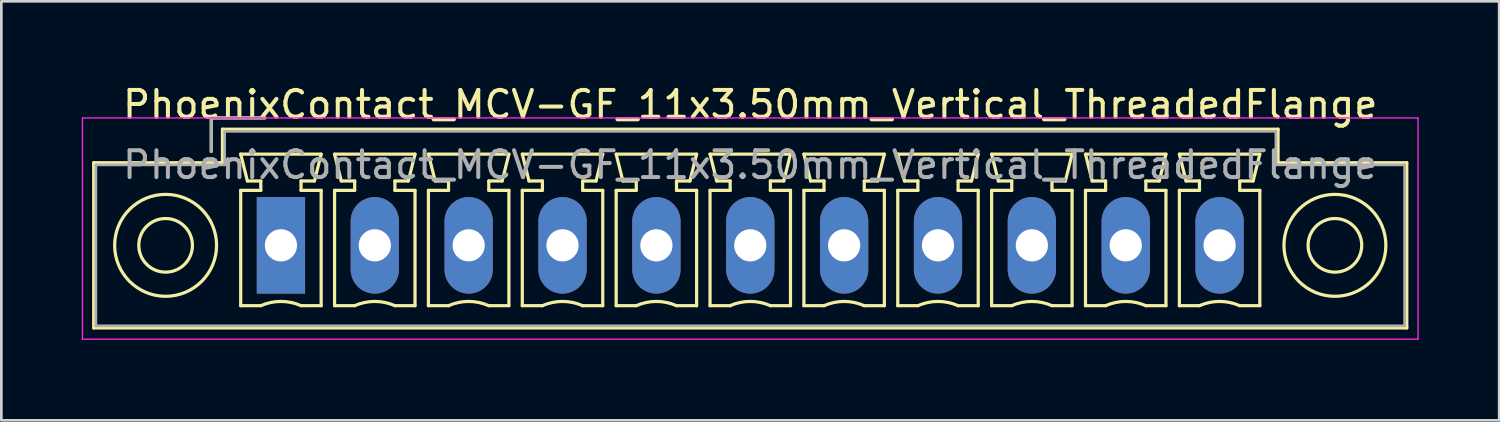
<source format=kicad_pcb>
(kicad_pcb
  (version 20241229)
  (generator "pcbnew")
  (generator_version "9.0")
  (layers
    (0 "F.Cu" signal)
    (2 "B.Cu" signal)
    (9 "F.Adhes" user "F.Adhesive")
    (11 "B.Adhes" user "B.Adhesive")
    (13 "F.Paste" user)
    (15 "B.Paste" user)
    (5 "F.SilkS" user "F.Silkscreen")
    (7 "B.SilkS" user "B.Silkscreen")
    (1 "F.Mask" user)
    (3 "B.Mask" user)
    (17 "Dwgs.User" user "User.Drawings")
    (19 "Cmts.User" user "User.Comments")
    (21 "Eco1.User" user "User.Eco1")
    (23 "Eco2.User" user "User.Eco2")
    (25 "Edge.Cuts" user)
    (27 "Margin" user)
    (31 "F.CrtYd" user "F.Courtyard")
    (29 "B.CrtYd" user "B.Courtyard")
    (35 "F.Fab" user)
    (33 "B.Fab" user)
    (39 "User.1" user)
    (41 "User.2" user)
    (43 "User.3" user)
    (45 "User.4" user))
  (footprint "PhoenixContact_MCV-GF_11x3.50mm_Vertical_ThreadedFlange"
    (layer "F.Cu")
    (at 7.425 6.098)
    (property "Reference" "PhoenixContact_MCV-GF_11x3.50mm_Vertical_ThreadedFlange" (at 17.5 -5.25 0) (layer "F.SilkS") (effects (font (size 1 1) (thickness 0.15))))
    (attr through_hole)
    (fp_line (start -6.98 -3.08) (end -6.98 3.08) (stroke (width 0.12) (type solid)) (layer "F.SilkS"))
    (fp_line (start -6.98 3.08) (end 41.98 3.08) (stroke (width 0.12) (type solid)) (layer "F.SilkS"))
    (fp_line (start -2.6 -4.75) (end -0.6 -4.75) (stroke (width 0.12) (type solid)) (layer "F.SilkS"))
    (fp_line (start -2.6 -3.5) (end -2.6 -4.75) (stroke (width 0.12) (type solid)) (layer "F.SilkS"))
    (fp_line (start -2.18 -4.33) (end -2.18 -3.08) (stroke (width 0.12) (type solid)) (layer "F.SilkS"))
    (fp_line (start -2.18 -3.08) (end -6.98 -3.08) (stroke (width 0.12) (type solid)) (layer "F.SilkS"))
    (fp_line (start -1.5 -3.4) (end 1.5 -3.4) (stroke (width 0.12) (type solid)) (layer "F.SilkS"))
    (fp_line (start -1.5 -2.05) (end -0.75 -2.05) (stroke (width 0.12) (type solid)) (layer "F.SilkS"))
    (fp_line (start -1.5 2.25) (end -1.5 -2.05) (stroke (width 0.12) (type solid)) (layer "F.SilkS"))
    (fp_line (start -1.25 -2.4) (end -1.5 -3.4) (stroke (width 0.12) (type solid)) (layer "F.SilkS"))
    (fp_line (start -0.75 -2.4) (end -1.25 -2.4) (stroke (width 0.12) (type solid)) (layer "F.SilkS"))
    (fp_line (start -0.75 -2.05) (end -0.75 -2.4) (stroke (width 0.12) (type solid)) (layer "F.SilkS"))
    (fp_line (start -0.75 2.25) (end -1.5 2.25) (stroke (width 0.12) (type solid)) (layer "F.SilkS"))
    (fp_line (start 0.75 -2.4) (end 0.75 -2.05) (stroke (width 0.12) (type solid)) (layer "F.SilkS"))
    (fp_line (start 0.75 -2.05) (end 1.5 -2.05) (stroke (width 0.12) (type solid)) (layer "F.SilkS"))
    (fp_line (start 1.25 -2.4) (end 0.75 -2.4) (stroke (width 0.12) (type solid)) (layer "F.SilkS"))
    (fp_line (start 1.5 -3.4) (end 1.25 -2.4) (stroke (width 0.12) (type solid)) (layer "F.SilkS"))
    (fp_line (start 1.5 -2.05) (end 1.5 2.25) (stroke (width 0.12) (type solid)) (layer "F.SilkS"))
    (fp_line (start 1.5 2.25) (end 0.75 2.25) (stroke (width 0.12) (type solid)) (layer "F.SilkS"))
    (fp_line (start 2 -3.4) (end 5 -3.4) (stroke (width 0.12) (type solid)) (layer "F.SilkS"))
    (fp_line (start 2 -2.05) (end 2.75 -2.05) (stroke (width 0.12) (type solid)) (layer "F.SilkS"))
    (fp_line (start 2 2.25) (end 2 -2.05) (stroke (width 0.12) (type solid)) (layer "F.SilkS"))
    (fp_line (start 2.25 -2.4) (end 2 -3.4) (stroke (width 0.12) (type solid)) (layer "F.SilkS"))
    (fp_line (start 2.75 -2.4) (end 2.25 -2.4) (stroke (width 0.12) (type solid)) (layer "F.SilkS"))
    (fp_line (start 2.75 -2.05) (end 2.75 -2.4) (stroke (width 0.12) (type solid)) (layer "F.SilkS"))
    (fp_line (start 2.75 2.25) (end 2 2.25) (stroke (width 0.12) (type solid)) (layer "F.SilkS"))
    (fp_line (start 4.25 -2.4) (end 4.25 -2.05) (stroke (width 0.12) (type solid)) (layer "F.SilkS"))
    (fp_line (start 4.25 -2.05) (end 5 -2.05) (stroke (width 0.12) (type solid)) (layer "F.SilkS"))
    (fp_line (start 4.75 -2.4) (end 4.25 -2.4) (stroke (width 0.12) (type solid)) (layer "F.SilkS"))
    (fp_line (start 5 -3.4) (end 4.75 -2.4) (stroke (width 0.12) (type solid)) (layer "F.SilkS"))
    (fp_line (start 5 -2.05) (end 5 2.25) (stroke (width 0.12) (type solid)) (layer "F.SilkS"))
    (fp_line (start 5 2.25) (end 4.25 2.25) (stroke (width 0.12) (type solid)) (layer "F.SilkS"))
    (fp_line (start 5.5 -3.4) (end 8.5 -3.4) (stroke (width 0.12) (type solid)) (layer "F.SilkS"))
    (fp_line (start 5.5 -2.05) (end 6.25 -2.05) (stroke (width 0.12) (type solid)) (layer "F.SilkS"))
    (fp_line (start 5.5 2.25) (end 5.5 -2.05) (stroke (width 0.12) (type solid)) (layer "F.SilkS"))
    (fp_line (start 5.75 -2.4) (end 5.5 -3.4) (stroke (width 0.12) (type solid)) (layer "F.SilkS"))
    (fp_line (start 6.25 -2.4) (end 5.75 -2.4) (stroke (width 0.12) (type solid)) (layer "F.SilkS"))
    (fp_line (start 6.25 -2.05) (end 6.25 -2.4) (stroke (width 0.12) (type solid)) (layer "F.SilkS"))
    (fp_line (start 6.25 2.25) (end 5.5 2.25) (stroke (width 0.12) (type solid)) (layer "F.SilkS"))
    (fp_line (start 7.75 -2.4) (end 7.75 -2.05) (stroke (width 0.12) (type solid)) (layer "F.SilkS"))
    (fp_line (start 7.75 -2.05) (end 8.5 -2.05) (stroke (width 0.12) (type solid)) (layer "F.SilkS"))
    (fp_line (start 8.25 -2.4) (end 7.75 -2.4) (stroke (width 0.12) (type solid)) (layer "F.SilkS"))
    (fp_line (start 8.5 -3.4) (end 8.25 -2.4) (stroke (width 0.12) (type solid)) (layer "F.SilkS"))
    (fp_line (start 8.5 -2.05) (end 8.5 2.25) (stroke (width 0.12) (type solid)) (layer "F.SilkS"))
    (fp_line (start 8.5 2.25) (end 7.75 2.25) (stroke (width 0.12) (type solid)) (layer "F.SilkS"))
    (fp_line (start 9 -3.4) (end 12 -3.4) (stroke (width 0.12) (type solid)) (layer "F.SilkS"))
    (fp_line (start 9 -2.05) (end 9.75 -2.05) (stroke (width 0.12) (type solid)) (layer "F.SilkS"))
    (fp_line (start 9 2.25) (end 9 -2.05) (stroke (width 0.12) (type solid)) (layer "F.SilkS"))
    (fp_line (start 9.25 -2.4) (end 9 -3.4) (stroke (width 0.12) (type solid)) (layer "F.SilkS"))
    (fp_line (start 9.75 -2.4) (end 9.25 -2.4) (stroke (width 0.12) (type solid)) (layer "F.SilkS"))
    (fp_line (start 9.75 -2.05) (end 9.75 -2.4) (stroke (width 0.12) (type solid)) (layer "F.SilkS"))
    (fp_line (start 9.75 2.25) (end 9 2.25) (stroke (width 0.12) (type solid)) (layer "F.SilkS"))
    (fp_line (start 11.25 -2.4) (end 11.25 -2.05) (stroke (width 0.12) (type solid)) (layer "F.SilkS"))
    (fp_line (start 11.25 -2.05) (end 12 -2.05) (stroke (width 0.12) (type solid)) (layer "F.SilkS"))
    (fp_line (start 11.75 -2.4) (end 11.25 -2.4) (stroke (width 0.12) (type solid)) (layer "F.SilkS"))
    (fp_line (start 12 -3.4) (end 11.75 -2.4) (stroke (width 0.12) (type solid)) (layer "F.SilkS"))
    (fp_line (start 12 -2.05) (end 12 2.25) (stroke (width 0.12) (type solid)) (layer "F.SilkS"))
    (fp_line (start 12 2.25) (end 11.25 2.25) (stroke (width 0.12) (type solid)) (layer "F.SilkS"))
    (fp_line (start 12.5 -3.4) (end 15.5 -3.4) (stroke (width 0.12) (type solid)) (layer "F.SilkS"))
    (fp_line (start 12.5 -2.05) (end 13.25 -2.05) (stroke (width 0.12) (type solid)) (layer "F.SilkS"))
    (fp_line (start 12.5 2.25) (end 12.5 -2.05) (stroke (width 0.12) (type solid)) (layer "F.SilkS"))
    (fp_line (start 12.75 -2.4) (end 12.5 -3.4) (stroke (width 0.12) (type solid)) (layer "F.SilkS"))
    (fp_line (start 13.25 -2.4) (end 12.75 -2.4) (stroke (width 0.12) (type solid)) (layer "F.SilkS"))
    (fp_line (start 13.25 -2.05) (end 13.25 -2.4) (stroke (width 0.12) (type solid)) (layer "F.SilkS"))
    (fp_line (start 13.25 2.25) (end 12.5 2.25) (stroke (width 0.12) (type solid)) (layer "F.SilkS"))
    (fp_line (start 14.75 -2.4) (end 14.75 -2.05) (stroke (width 0.12) (type solid)) (layer "F.SilkS"))
    (fp_line (start 14.75 -2.05) (end 15.5 -2.05) (stroke (width 0.12) (type solid)) (layer "F.SilkS"))
    (fp_line (start 15.25 -2.4) (end 14.75 -2.4) (stroke (width 0.12) (type solid)) (layer "F.SilkS"))
    (fp_line (start 15.5 -3.4) (end 15.25 -2.4) (stroke (width 0.12) (type solid)) (layer "F.SilkS"))
    (fp_line (start 15.5 -2.05) (end 15.5 2.25) (stroke (width 0.12) (type solid)) (layer "F.SilkS"))
    (fp_line (start 15.5 2.25) (end 14.75 2.25) (stroke (width 0.12) (type solid)) (layer "F.SilkS"))
    (fp_line (start 16 -3.4) (end 19 -3.4) (stroke (width 0.12) (type solid)) (layer "F.SilkS"))
    (fp_line (start 16 -2.05) (end 16.75 -2.05) (stroke (width 0.12) (type solid)) (layer "F.SilkS"))
    (fp_line (start 16 2.25) (end 16 -2.05) (stroke (width 0.12) (type solid)) (layer "F.SilkS"))
    (fp_line (start 16.25 -2.4) (end 16 -3.4) (stroke (width 0.12) (type solid)) (layer "F.SilkS"))
    (fp_line (start 16.75 -2.4) (end 16.25 -2.4) (stroke (width 0.12) (type solid)) (layer "F.SilkS"))
    (fp_line (start 16.75 -2.05) (end 16.75 -2.4) (stroke (width 0.12) (type solid)) (layer "F.SilkS"))
    (fp_line (start 16.75 2.25) (end 16 2.25) (stroke (width 0.12) (type solid)) (layer "F.SilkS"))
    (fp_line (start 18.25 -2.4) (end 18.25 -2.05) (stroke (width 0.12) (type solid)) (layer "F.SilkS"))
    (fp_line (start 18.25 -2.05) (end 19 -2.05) (stroke (width 0.12) (type solid)) (layer "F.SilkS"))
    (fp_line (start 18.75 -2.4) (end 18.25 -2.4) (stroke (width 0.12) (type solid)) (layer "F.SilkS"))
    (fp_line (start 19 -3.4) (end 18.75 -2.4) (stroke (width 0.12) (type solid)) (layer "F.SilkS"))
    (fp_line (start 19 -2.05) (end 19 2.25) (stroke (width 0.12) (type solid)) (layer "F.SilkS"))
    (fp_line (start 19 2.25) (end 18.25 2.25) (stroke (width 0.12) (type solid)) (layer "F.SilkS"))
    (fp_line (start 19.5 -3.4) (end 22.5 -3.4) (stroke (width 0.12) (type solid)) (layer "F.SilkS"))
    (fp_line (start 19.5 -2.05) (end 20.25 -2.05) (stroke (width 0.12) (type solid)) (layer "F.SilkS"))
    (fp_line (start 19.5 2.25) (end 19.5 -2.05) (stroke (width 0.12) (type solid)) (layer "F.SilkS"))
    (fp_line (start 19.75 -2.4) (end 19.5 -3.4) (stroke (width 0.12) (type solid)) (layer "F.SilkS"))
    (fp_line (start 20.25 -2.4) (end 19.75 -2.4) (stroke (width 0.12) (type solid)) (layer "F.SilkS"))
    (fp_line (start 20.25 -2.05) (end 20.25 -2.4) (stroke (width 0.12) (type solid)) (layer "F.SilkS"))
    (fp_line (start 20.25 2.25) (end 19.5 2.25) (stroke (width 0.12) (type solid)) (layer "F.SilkS"))
    (fp_line (start 21.75 -2.4) (end 21.75 -2.05) (stroke (width 0.12) (type solid)) (layer "F.SilkS"))
    (fp_line (start 21.75 -2.05) (end 22.5 -2.05) (stroke (width 0.12) (type solid)) (layer "F.SilkS"))
    (fp_line (start 22.25 -2.4) (end 21.75 -2.4) (stroke (width 0.12) (type solid)) (layer "F.SilkS"))
    (fp_line (start 22.5 -3.4) (end 22.25 -2.4) (stroke (width 0.12) (type solid)) (layer "F.SilkS"))
    (fp_line (start 22.5 -2.05) (end 22.5 2.25) (stroke (width 0.12) (type solid)) (layer "F.SilkS"))
    (fp_line (start 22.5 2.25) (end 21.75 2.25) (stroke (width 0.12) (type solid)) (layer "F.SilkS"))
    (fp_line (start 23 -3.4) (end 26 -3.4) (stroke (width 0.12) (type solid)) (layer "F.SilkS"))
    (fp_line (start 23 -2.05) (end 23.75 -2.05) (stroke (width 0.12) (type solid)) (layer "F.SilkS"))
    (fp_line (start 23 2.25) (end 23 -2.05) (stroke (width 0.12) (type solid)) (layer "F.SilkS"))
    (fp_line (start 23.25 -2.4) (end 23 -3.4) (stroke (width 0.12) (type solid)) (layer "F.SilkS"))
    (fp_line (start 23.75 -2.4) (end 23.25 -2.4) (stroke (width 0.12) (type solid)) (layer "F.SilkS"))
    (fp_line (start 23.75 -2.05) (end 23.75 -2.4) (stroke (width 0.12) (type solid)) (layer "F.SilkS"))
    (fp_line (start 23.75 2.25) (end 23 2.25) (stroke (width 0.12) (type solid)) (layer "F.SilkS"))
    (fp_line (start 25.25 -2.4) (end 25.25 -2.05) (stroke (width 0.12) (type solid)) (layer "F.SilkS"))
    (fp_line (start 25.25 -2.05) (end 26 -2.05) (stroke (width 0.12) (type solid)) (layer "F.SilkS"))
    (fp_line (start 25.75 -2.4) (end 25.25 -2.4) (stroke (width 0.12) (type solid)) (layer "F.SilkS"))
    (fp_line (start 26 -3.4) (end 25.75 -2.4) (stroke (width 0.12) (type solid)) (layer "F.SilkS"))
    (fp_line (start 26 -2.05) (end 26 2.25) (stroke (width 0.12) (type solid)) (layer "F.SilkS"))
    (fp_line (start 26 2.25) (end 25.25 2.25) (stroke (width 0.12) (type solid)) (layer "F.SilkS"))
    (fp_line (start 26.5 -3.4) (end 29.5 -3.4) (stroke (width 0.12) (type solid)) (layer "F.SilkS"))
    (fp_line (start 26.5 -2.05) (end 27.25 -2.05) (stroke (width 0.12) (type solid)) (layer "F.SilkS"))
    (fp_line (start 26.5 2.25) (end 26.5 -2.05) (stroke (width 0.12) (type solid)) (layer "F.SilkS"))
    (fp_line (start 26.75 -2.4) (end 26.5 -3.4) (stroke (width 0.12) (type solid)) (layer "F.SilkS"))
    (fp_line (start 27.25 -2.4) (end 26.75 -2.4) (stroke (width 0.12) (type solid)) (layer "F.SilkS"))
    (fp_line (start 27.25 -2.05) (end 27.25 -2.4) (stroke (width 0.12) (type solid)) (layer "F.SilkS"))
    (fp_line (start 27.25 2.25) (end 26.5 2.25) (stroke (width 0.12) (type solid)) (layer "F.SilkS"))
    (fp_line (start 28.75 -2.4) (end 28.75 -2.05) (stroke (width 0.12) (type solid)) (layer "F.SilkS"))
    (fp_line (start 28.75 -2.05) (end 29.5 -2.05) (stroke (width 0.12) (type solid)) (layer "F.SilkS"))
    (fp_line (start 29.25 -2.4) (end 28.75 -2.4) (stroke (width 0.12) (type solid)) (layer "F.SilkS"))
    (fp_line (start 29.5 -3.4) (end 29.25 -2.4) (stroke (width 0.12) (type solid)) (layer "F.SilkS"))
    (fp_line (start 29.5 -2.05) (end 29.5 2.25) (stroke (width 0.12) (type solid)) (layer "F.SilkS"))
    (fp_line (start 29.5 2.25) (end 28.75 2.25) (stroke (width 0.12) (type solid)) (layer "F.SilkS"))
    (fp_line (start 30 -3.4) (end 33 -3.4) (stroke (width 0.12) (type solid)) (layer "F.SilkS"))
    (fp_line (start 30 -2.05) (end 30.75 -2.05) (stroke (width 0.12) (type solid)) (layer "F.SilkS"))
    (fp_line (start 30 2.25) (end 30 -2.05) (stroke (width 0.12) (type solid)) (layer "F.SilkS"))
    (fp_line (start 30.25 -2.4) (end 30 -3.4) (stroke (width 0.12) (type solid)) (layer "F.SilkS"))
    (fp_line (start 30.75 -2.4) (end 30.25 -2.4) (stroke (width 0.12) (type solid)) (layer "F.SilkS"))
    (fp_line (start 30.75 -2.05) (end 30.75 -2.4) (stroke (width 0.12) (type solid)) (layer "F.SilkS"))
    (fp_line (start 30.75 2.25) (end 30 2.25) (stroke (width 0.12) (type solid)) (layer "F.SilkS"))
    (fp_line (start 32.25 -2.4) (end 32.25 -2.05) (stroke (width 0.12) (type solid)) (layer "F.SilkS"))
    (fp_line (start 32.25 -2.05) (end 33 -2.05) (stroke (width 0.12) (type solid)) (layer "F.SilkS"))
    (fp_line (start 32.75 -2.4) (end 32.25 -2.4) (stroke (width 0.12) (type solid)) (layer "F.SilkS"))
    (fp_line (start 33 -3.4) (end 32.75 -2.4) (stroke (width 0.12) (type solid)) (layer "F.SilkS"))
    (fp_line (start 33 -2.05) (end 33 2.25) (stroke (width 0.12) (type solid)) (layer "F.SilkS"))
    (fp_line (start 33 2.25) (end 32.25 2.25) (stroke (width 0.12) (type solid)) (layer "F.SilkS"))
    (fp_line (start 33.5 -3.4) (end 36.5 -3.4) (stroke (width 0.12) (type solid)) (layer "F.SilkS"))
    (fp_line (start 33.5 -2.05) (end 34.25 -2.05) (stroke (width 0.12) (type solid)) (layer "F.SilkS"))
    (fp_line (start 33.5 2.25) (end 33.5 -2.05) (stroke (width 0.12) (type solid)) (layer "F.SilkS"))
    (fp_line (start 33.75 -2.4) (end 33.5 -3.4) (stroke (width 0.12) (type solid)) (layer "F.SilkS"))
    (fp_line (start 34.25 -2.4) (end 33.75 -2.4) (stroke (width 0.12) (type solid)) (layer "F.SilkS"))
    (fp_line (start 34.25 -2.05) (end 34.25 -2.4) (stroke (width 0.12) (type solid)) (layer "F.SilkS"))
    (fp_line (start 34.25 2.25) (end 33.5 2.25) (stroke (width 0.12) (type solid)) (layer "F.SilkS"))
    (fp_line (start 35.75 -2.4) (end 35.75 -2.05) (stroke (width 0.12) (type solid)) (layer "F.SilkS"))
    (fp_line (start 35.75 -2.05) (end 36.5 -2.05) (stroke (width 0.12) (type solid)) (layer "F.SilkS"))
    (fp_line (start 36.25 -2.4) (end 35.75 -2.4) (stroke (width 0.12) (type solid)) (layer "F.SilkS"))
    (fp_line (start 36.5 -3.4) (end 36.25 -2.4) (stroke (width 0.12) (type solid)) (layer "F.SilkS"))
    (fp_line (start 36.5 -2.05) (end 36.5 2.25) (stroke (width 0.12) (type solid)) (layer "F.SilkS"))
    (fp_line (start 36.5 2.25) (end 35.75 2.25) (stroke (width 0.12) (type solid)) (layer "F.SilkS"))
    (fp_line (start 37.18 -4.33) (end -2.18 -4.33) (stroke (width 0.12) (type solid)) (layer "F.SilkS"))
    (fp_line (start 37.18 -3.08) (end 37.18 -4.33) (stroke (width 0.12) (type solid)) (layer "F.SilkS"))
    (fp_line (start 41.98 -3.08) (end 37.18 -3.08) (stroke (width 0.12) (type solid)) (layer "F.SilkS"))
    (fp_line (start 41.98 3.08) (end 41.98 -3.08) (stroke (width 0.12) (type solid)) (layer "F.SilkS"))
    (fp_arc (start -0.75 2.25) (mid -0.000193 2.09191) (end 0.749647 2.249844) (stroke (width 0.12) (type solid)) (layer "F.SilkS"))
    (fp_arc (start 2.75 2.25) (mid 3.499807 2.09191) (end 4.249647 2.249844) (stroke (width 0.12) (type solid)) (layer "F.SilkS"))
    (fp_arc (start 6.25 2.25) (mid 6.999807 2.09191) (end 7.749647 2.249844) (stroke (width 0.12) (type solid)) (layer "F.SilkS"))
    (fp_arc (start 9.75 2.25) (mid 10.499807 2.09191) (end 11.249647 2.249844) (stroke (width 0.12) (type solid)) (layer "F.SilkS"))
    (fp_arc (start 13.25 2.25) (mid 13.999807 2.09191) (end 14.749647 2.249844) (stroke (width 0.12) (type solid)) (layer "F.SilkS"))
    (fp_arc (start 16.75 2.25) (mid 17.499807 2.09191) (end 18.249647 2.249844) (stroke (width 0.12) (type solid)) (layer "F.SilkS"))
    (fp_arc (start 20.25 2.25) (mid 20.999807 2.09191) (end 21.749647 2.249844) (stroke (width 0.12) (type solid)) (layer "F.SilkS"))
    (fp_arc (start 23.75 2.25) (mid 24.499807 2.09191) (end 25.249647 2.249844) (stroke (width 0.12) (type solid)) (layer "F.SilkS"))
    (fp_arc (start 27.25 2.25) (mid 27.999807 2.09191) (end 28.749647 2.249844) (stroke (width 0.12) (type solid)) (layer "F.SilkS"))
    (fp_arc (start 30.75 2.25) (mid 31.499807 2.09191) (end 32.249647 2.249844) (stroke (width 0.12) (type solid)) (layer "F.SilkS"))
    (fp_arc (start 34.25 2.25) (mid 34.999807 2.09191) (end 35.749647 2.249844) (stroke (width 0.12) (type solid)) (layer "F.SilkS"))
    (fp_circle (center -4.3 0) (end -3.3 0) (stroke (width 0.12) (type solid)) (fill no) (layer "F.SilkS"))
    (fp_circle (center -4.3 0) (end -2.4 0) (stroke (width 0.12) (type solid)) (fill no) (layer "F.SilkS"))
    (fp_circle (center 39.3 0) (end 40.3 0) (stroke (width 0.12) (type solid)) (fill no) (layer "F.SilkS"))
    (fp_circle (center 39.3 0) (end 41.2 0) (stroke (width 0.12) (type solid)) (fill no) (layer "F.SilkS"))
    (fp_line (start -7.4 -4.75) (end -7.4 3.5) (stroke (width 0.05) (type solid)) (layer "F.CrtYd"))
    (fp_line (start -7.4 3.5) (end 42.4 3.5) (stroke (width 0.05) (type solid)) (layer "F.CrtYd"))
    (fp_line (start 42.4 -4.75) (end -7.4 -4.75) (stroke (width 0.05) (type solid)) (layer "F.CrtYd"))
    (fp_line (start 42.4 3.5) (end 42.4 -4.75) (stroke (width 0.05) (type solid)) (layer "F.CrtYd"))
    (fp_line (start -6.9 -3) (end -6.9 3) (stroke (width 0.1) (type solid)) (layer "F.Fab"))
    (fp_line (start -6.9 3) (end 41.9 3) (stroke (width 0.1) (type solid)) (layer "F.Fab"))
    (fp_line (start -2.6 -4.75) (end -0.6 -4.75) (stroke (width 0.1) (type solid)) (layer "F.Fab"))
    (fp_line (start -2.6 -3.5) (end -2.6 -4.75) (stroke (width 0.1) (type solid)) (layer "F.Fab"))
    (fp_line (start -2.1 -4.25) (end -2.1 -3) (stroke (width 0.1) (type solid)) (layer "F.Fab"))
    (fp_line (start -2.1 -3) (end -6.9 -3) (stroke (width 0.1) (type solid)) (layer "F.Fab"))
    (fp_line (start 37.1 -4.25) (end -2.1 -4.25) (stroke (width 0.1) (type solid)) (layer "F.Fab"))
    (fp_line (start 37.1 -3) (end 37.1 -4.25) (stroke (width 0.1) (type solid)) (layer "F.Fab"))
    (fp_line (start 41.9 -3) (end 37.1 -3) (stroke (width 0.1) (type solid)) (layer "F.Fab"))
    (fp_line (start 41.9 3) (end 41.9 -3) (stroke (width 0.1) (type solid)) (layer "F.Fab"))
    (fp_text user "${REFERENCE}" (at 17.5 -3 0) (layer "F.Fab") (effects (font (size 1 1) (thickness 0.15))))
    (pad "1" thru_hole rect (at 0 0) (size 1.8 3.6) (drill 1.2) (layers "*.Cu" "*.Mask"))
    (pad "2" thru_hole oval (at 3.5 0) (size 1.8 3.6) (drill 1.2) (layers "*.Cu" "*.Mask"))
    (pad "3" thru_hole oval (at 7 0) (size 1.8 3.6) (drill 1.2) (layers "*.Cu" "*.Mask"))
    (pad "4" thru_hole oval (at 10.5 0) (size 1.8 3.6) (drill 1.2) (layers "*.Cu" "*.Mask"))
    (pad "5" thru_hole oval (at 14 0) (size 1.8 3.6) (drill 1.2) (layers "*.Cu" "*.Mask"))
    (pad "6" thru_hole oval (at 17.5 0) (size 1.8 3.6) (drill 1.2) (layers "*.Cu" "*.Mask"))
    (pad "7" thru_hole oval (at 21 0) (size 1.8 3.6) (drill 1.2) (layers "*.Cu" "*.Mask"))
    (pad "8" thru_hole oval (at 24.5 0) (size 1.8 3.6) (drill 1.2) (layers "*.Cu" "*.Mask"))
    (pad "9" thru_hole oval (at 28 0) (size 1.8 3.6) (drill 1.2) (layers "*.Cu" "*.Mask"))
    (pad "10" thru_hole oval (at 31.5 0) (size 1.8 3.6) (drill 1.2) (layers "*.Cu" "*.Mask"))
    (pad "11" thru_hole oval (at 35 0) (size 1.8 3.6) (drill 1.2) (layers "*.Cu" "*.Mask")))
  (gr_rect
    (start -3 -3)
    (end 52.85 12.623)
    (stroke (width 0.1) (type default))
    (fill no)
    (layer "Edge.Cuts")))
</source>
